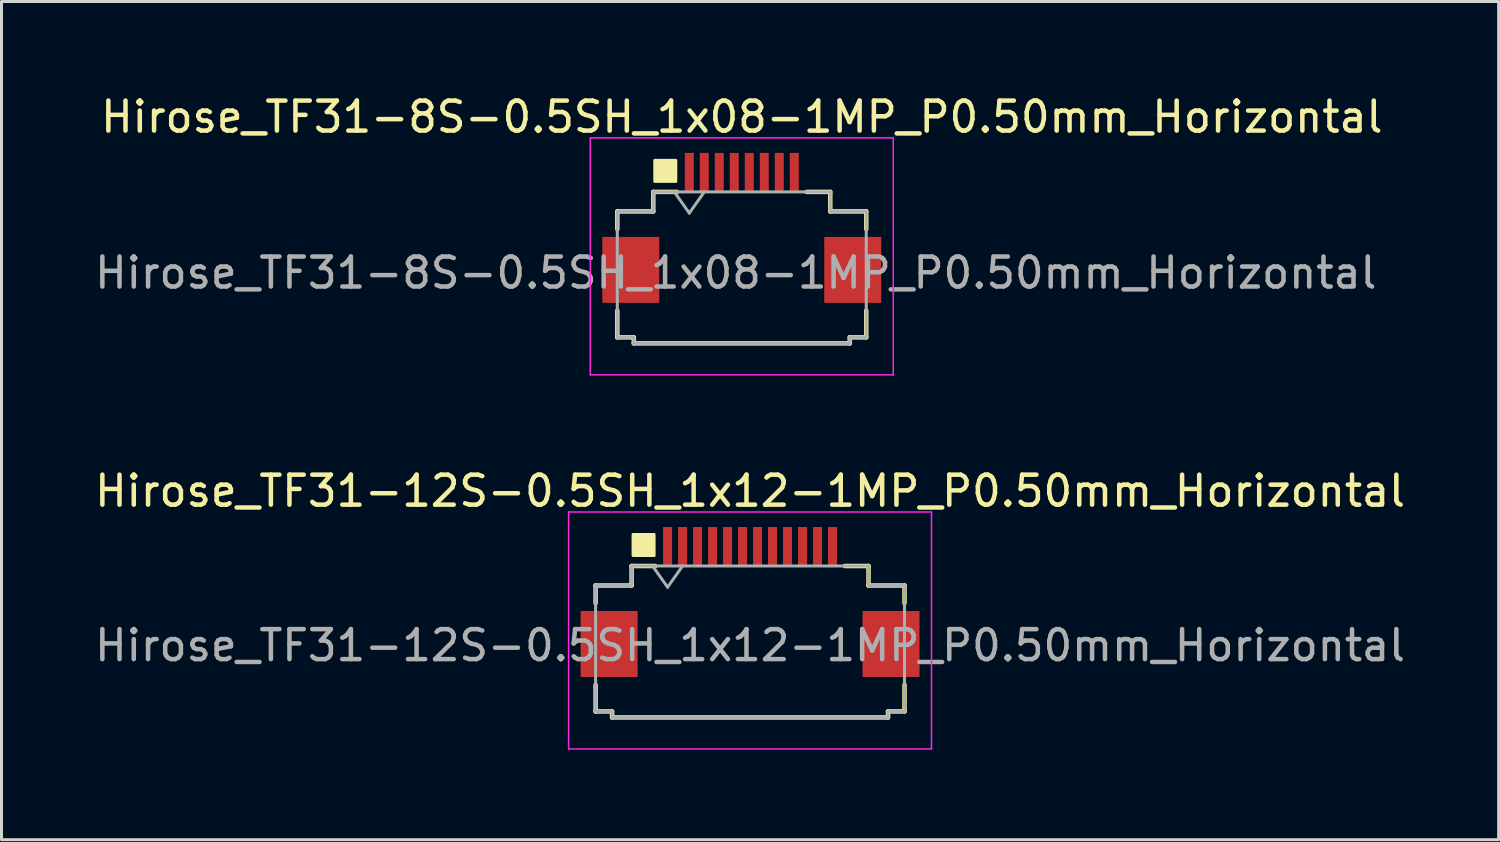
<source format=kicad_pcb>
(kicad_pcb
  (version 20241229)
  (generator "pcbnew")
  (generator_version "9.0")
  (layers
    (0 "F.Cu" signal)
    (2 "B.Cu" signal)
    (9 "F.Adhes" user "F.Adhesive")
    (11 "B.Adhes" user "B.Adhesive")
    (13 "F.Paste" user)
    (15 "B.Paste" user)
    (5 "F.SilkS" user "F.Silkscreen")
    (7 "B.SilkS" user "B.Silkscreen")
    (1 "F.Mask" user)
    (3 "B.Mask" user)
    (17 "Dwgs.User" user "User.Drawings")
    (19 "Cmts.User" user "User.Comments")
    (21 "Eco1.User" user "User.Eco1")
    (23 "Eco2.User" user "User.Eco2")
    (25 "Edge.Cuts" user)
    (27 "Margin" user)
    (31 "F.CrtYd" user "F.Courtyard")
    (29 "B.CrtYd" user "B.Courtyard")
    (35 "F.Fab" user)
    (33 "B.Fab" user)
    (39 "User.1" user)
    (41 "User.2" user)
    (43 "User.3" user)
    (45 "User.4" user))
  (footprint "Hirose_TF31-8S-0.5SH_1x08-1MP_P0.50mm_Horizontal"
    (layer "F.Cu")
    (at 21.682 4.548)
    (property "Reference" "Hirose_TF31-8S-0.5SH_1x08-1MP_P0.50mm_Horizontal" (at 0 -3.7 0) (layer "F.SilkS") (effects (font (size 1 1) (thickness 0.15))))
    (attr smd)
    (fp_line (start -4.15 -0.55) (end -4.15 0.04) (stroke (width 0.15) (type solid)) (layer "F.SilkS"))
    (fp_line (start -4.15 2.76) (end -4.15 3.65) (stroke (width 0.15) (type solid)) (layer "F.SilkS"))
    (fp_line (start -4.15 3.65) (end -3.6 3.65) (stroke (width 0.15) (type solid)) (layer "F.SilkS"))
    (fp_line (start -3.6 3.65) (end -3.6 3.85) (stroke (width 0.15) (type solid)) (layer "F.SilkS"))
    (fp_line (start -3.6 3.85) (end 3.6 3.85) (stroke (width 0.15) (type solid)) (layer "F.SilkS"))
    (fp_line (start -2.95 -1.2) (end -2.95 -0.55) (stroke (width 0.15) (type default)) (layer "F.SilkS"))
    (fp_line (start -2.95 -0.55) (end -4.15 -0.55) (stroke (width 0.15) (type default)) (layer "F.SilkS"))
    (fp_line (start -2.16 -1.2) (end -2.95 -1.2) (stroke (width 0.15) (type solid)) (layer "F.SilkS"))
    (fp_line (start 2.16 -1.2) (end 2.95 -1.2) (stroke (width 0.15) (type solid)) (layer "F.SilkS"))
    (fp_line (start 2.95 -1.2) (end 2.95 -0.55) (stroke (width 0.15) (type default)) (layer "F.SilkS"))
    (fp_line (start 2.95 -0.55) (end 4.15 -0.55) (stroke (width 0.15) (type default)) (layer "F.SilkS"))
    (fp_line (start 3.6 3.65) (end 3.6 3.85) (stroke (width 0.15) (type solid)) (layer "F.SilkS"))
    (fp_line (start 4.15 -0.55) (end 4.15 0.04) (stroke (width 0.15) (type solid)) (layer "F.SilkS"))
    (fp_line (start 4.15 2.76) (end 4.15 3.65) (stroke (width 0.15) (type solid)) (layer "F.SilkS"))
    (fp_line (start 4.15 3.65) (end 3.6 3.65) (stroke (width 0.15) (type solid)) (layer "F.SilkS"))
    (fp_rect (start -2.9 -2.25) (end -2.2 -1.55) (stroke (width 0.1) (type solid)) (fill yes) (layer "F.SilkS"))
    (fp_line (start -5.05 -3) (end -5.05 4.9) (stroke (width 0.05) (type solid)) (layer "F.CrtYd"))
    (fp_line (start -5.05 4.9) (end 5.05 4.9) (stroke (width 0.05) (type solid)) (layer "F.CrtYd"))
    (fp_line (start 5.05 -3) (end -5.05 -3) (stroke (width 0.05) (type solid)) (layer "F.CrtYd"))
    (fp_line (start 5.05 4.9) (end 5.05 -3) (stroke (width 0.05) (type solid)) (layer "F.CrtYd"))
    (fp_line (start -4.15 -0.55) (end -2.95 -0.55) (stroke (width 0.1) (type default)) (layer "F.Fab"))
    (fp_line (start -4.15 3.65) (end -4.15 -0.55) (stroke (width 0.1) (type default)) (layer "F.Fab"))
    (fp_line (start -3.6 3.65) (end -4.15 3.65) (stroke (width 0.1) (type default)) (layer "F.Fab"))
    (fp_line (start -3.6 3.85) (end -3.6 3.65) (stroke (width 0.1) (type default)) (layer "F.Fab"))
    (fp_line (start -2.95 -1.2) (end 2.95 -1.2) (stroke (width 0.1) (type default)) (layer "F.Fab"))
    (fp_line (start -2.95 -0.55) (end -2.95 -1.2) (stroke (width 0.1) (type default)) (layer "F.Fab"))
    (fp_line (start -2.25 -1.2) (end -1.75 -0.493) (stroke (width 0.1) (type solid)) (layer "F.Fab"))
    (fp_line (start -1.75 -0.493) (end -1.25 -1.2) (stroke (width 0.1) (type solid)) (layer "F.Fab"))
    (fp_line (start 2.95 -1.2) (end 2.95 -0.55) (stroke (width 0.1) (type default)) (layer "F.Fab"))
    (fp_line (start 2.95 -0.55) (end 4.15 -0.55) (stroke (width 0.1) (type default)) (layer "F.Fab"))
    (fp_line (start 3.6 3.65) (end 3.6 3.85) (stroke (width 0.1) (type default)) (layer "F.Fab"))
    (fp_line (start 3.6 3.85) (end -3.6 3.85) (stroke (width 0.1) (type default)) (layer "F.Fab"))
    (fp_line (start 4.15 -0.55) (end 4.15 3.65) (stroke (width 0.1) (type default)) (layer "F.Fab"))
    (fp_line (start 4.15 3.65) (end 3.6 3.65) (stroke (width 0.1) (type default)) (layer "F.Fab"))
    (fp_text user "${REFERENCE}" (at -0.2 1.5 0) (layer "F.Fab") (effects (font (size 1 1) (thickness 0.15))))
    (pad "1" smd rect (at -1.75 -1.85) (size 0.3 1.3) (layers "F.Cu" "F.Mask" "F.Paste"))
    (pad "2" smd rect (at -1.25 -1.85) (size 0.3 1.3) (layers "F.Cu" "F.Mask" "F.Paste"))
    (pad "3" smd rect (at -0.75 -1.85) (size 0.3 1.3) (layers "F.Cu" "F.Mask" "F.Paste"))
    (pad "4" smd rect (at -0.25 -1.85) (size 0.3 1.3) (layers "F.Cu" "F.Mask" "F.Paste"))
    (pad "5" smd rect (at 0.25 -1.85) (size 0.3 1.3) (layers "F.Cu" "F.Mask" "F.Paste"))
    (pad "6" smd rect (at 0.75 -1.85) (size 0.3 1.3) (layers "F.Cu" "F.Mask" "F.Paste"))
    (pad "7" smd rect (at 1.25 -1.85) (size 0.3 1.3) (layers "F.Cu" "F.Mask" "F.Paste"))
    (pad "8" smd rect (at 1.75 -1.85) (size 0.3 1.3) (layers "F.Cu" "F.Mask" "F.Paste"))
    (pad "MP" smd rect (at -3.7 1.4) (size 1.9 2.2) (layers "F.Cu" "F.Mask" "F.Paste"))
    (pad "MP" smd rect (at 3.7 1.4) (size 1.9 2.2) (layers "F.Cu" "F.Mask" "F.Paste")))
  (footprint "Hirose_TF31-12S-0.5SH_1x12-1MP_P0.50mm_Horizontal"
    (layer "F.Cu")
    (at 21.958 17.021)
    (property "Reference" "Hirose_TF31-12S-0.5SH_1x12-1MP_P0.50mm_Horizontal" (at 0 -3.7 0) (layer "F.SilkS") (effects (font (size 1 1) (thickness 0.15))))
    (attr smd)
    (fp_line (start -5.15 -0.55) (end -5.15 0.04) (stroke (width 0.15) (type solid)) (layer "F.SilkS"))
    (fp_line (start -5.15 2.76) (end -5.15 3.65) (stroke (width 0.15) (type solid)) (layer "F.SilkS"))
    (fp_line (start -5.15 3.65) (end -4.6 3.65) (stroke (width 0.15) (type solid)) (layer "F.SilkS"))
    (fp_line (start -4.6 3.65) (end -4.6 3.85) (stroke (width 0.15) (type solid)) (layer "F.SilkS"))
    (fp_line (start -4.6 3.85) (end 4.6 3.85) (stroke (width 0.15) (type solid)) (layer "F.SilkS"))
    (fp_line (start -3.95 -1.2) (end -3.95 -0.55) (stroke (width 0.15) (type default)) (layer "F.SilkS"))
    (fp_line (start -3.95 -0.55) (end -5.15 -0.55) (stroke (width 0.15) (type default)) (layer "F.SilkS"))
    (fp_line (start -3.16 -1.2) (end -3.95 -1.2) (stroke (width 0.15) (type solid)) (layer "F.SilkS"))
    (fp_line (start 3.16 -1.2) (end 3.95 -1.2) (stroke (width 0.15) (type solid)) (layer "F.SilkS"))
    (fp_line (start 3.95 -1.2) (end 3.95 -0.55) (stroke (width 0.15) (type default)) (layer "F.SilkS"))
    (fp_line (start 3.95 -0.55) (end 5.15 -0.55) (stroke (width 0.15) (type default)) (layer "F.SilkS"))
    (fp_line (start 4.6 3.65) (end 4.6 3.85) (stroke (width 0.15) (type solid)) (layer "F.SilkS"))
    (fp_line (start 5.15 -0.55) (end 5.15 0.04) (stroke (width 0.15) (type solid)) (layer "F.SilkS"))
    (fp_line (start 5.15 2.76) (end 5.15 3.65) (stroke (width 0.15) (type solid)) (layer "F.SilkS"))
    (fp_line (start 5.15 3.65) (end 4.6 3.65) (stroke (width 0.15) (type solid)) (layer "F.SilkS"))
    (fp_rect (start -3.9 -2.25) (end -3.2 -1.55) (stroke (width 0.1) (type solid)) (fill yes) (layer "F.SilkS"))
    (fp_line (start -6.05 -3) (end -6.05 4.9) (stroke (width 0.05) (type solid)) (layer "F.CrtYd"))
    (fp_line (start -6.05 4.9) (end 6.05 4.9) (stroke (width 0.05) (type solid)) (layer "F.CrtYd"))
    (fp_line (start 6.05 -3) (end -6.05 -3) (stroke (width 0.05) (type solid)) (layer "F.CrtYd"))
    (fp_line (start 6.05 4.9) (end 6.05 -3) (stroke (width 0.05) (type solid)) (layer "F.CrtYd"))
    (fp_line (start -5.15 -0.55) (end -3.95 -0.55) (stroke (width 0.1) (type default)) (layer "F.Fab"))
    (fp_line (start -5.15 3.65) (end -5.15 -0.55) (stroke (width 0.1) (type default)) (layer "F.Fab"))
    (fp_line (start -4.6 3.65) (end -5.15 3.65) (stroke (width 0.1) (type default)) (layer "F.Fab"))
    (fp_line (start -4.6 3.85) (end -4.6 3.65) (stroke (width 0.1) (type default)) (layer "F.Fab"))
    (fp_line (start -3.95 -1.2) (end 3.95 -1.2) (stroke (width 0.1) (type default)) (layer "F.Fab"))
    (fp_line (start -3.95 -0.55) (end -3.95 -1.2) (stroke (width 0.1) (type default)) (layer "F.Fab"))
    (fp_line (start -3.25 -1.2) (end -2.75 -0.493) (stroke (width 0.1) (type solid)) (layer "F.Fab"))
    (fp_line (start -2.75 -0.493) (end -2.25 -1.2) (stroke (width 0.1) (type solid)) (layer "F.Fab"))
    (fp_line (start 3.95 -1.2) (end 3.95 -0.55) (stroke (width 0.1) (type default)) (layer "F.Fab"))
    (fp_line (start 3.95 -0.55) (end 5.15 -0.55) (stroke (width 0.1) (type default)) (layer "F.Fab"))
    (fp_line (start 4.6 3.65) (end 4.6 3.85) (stroke (width 0.1) (type default)) (layer "F.Fab"))
    (fp_line (start 4.6 3.85) (end -4.6 3.85) (stroke (width 0.1) (type default)) (layer "F.Fab"))
    (fp_line (start 5.15 -0.55) (end 5.15 3.65) (stroke (width 0.1) (type default)) (layer "F.Fab"))
    (fp_line (start 5.15 3.65) (end 4.6 3.65) (stroke (width 0.1) (type default)) (layer "F.Fab"))
    (fp_text user "${REFERENCE}" (at 0 1.45 0) (layer "F.Fab") (effects (font (size 1 1) (thickness 0.15))))
    (pad "1" smd rect (at -2.75 -1.85) (size 0.3 1.3) (layers "F.Cu" "F.Mask" "F.Paste"))
    (pad "2" smd rect (at -2.25 -1.85) (size 0.3 1.3) (layers "F.Cu" "F.Mask" "F.Paste"))
    (pad "3" smd rect (at -1.75 -1.85) (size 0.3 1.3) (layers "F.Cu" "F.Mask" "F.Paste"))
    (pad "4" smd rect (at -1.25 -1.85) (size 0.3 1.3) (layers "F.Cu" "F.Mask" "F.Paste"))
    (pad "5" smd rect (at -0.75 -1.85) (size 0.3 1.3) (layers "F.Cu" "F.Mask" "F.Paste"))
    (pad "6" smd rect (at -0.25 -1.85) (size 0.3 1.3) (layers "F.Cu" "F.Mask" "F.Paste"))
    (pad "7" smd rect (at 0.25 -1.85) (size 0.3 1.3) (layers "F.Cu" "F.Mask" "F.Paste"))
    (pad "8" smd rect (at 0.75 -1.85) (size 0.3 1.3) (layers "F.Cu" "F.Mask" "F.Paste"))
    (pad "9" smd rect (at 1.25 -1.85) (size 0.3 1.3) (layers "F.Cu" "F.Mask" "F.Paste"))
    (pad "10" smd rect (at 1.75 -1.85) (size 0.3 1.3) (layers "F.Cu" "F.Mask" "F.Paste"))
    (pad "11" smd rect (at 2.25 -1.85) (size 0.3 1.3) (layers "F.Cu" "F.Mask" "F.Paste"))
    (pad "12" smd rect (at 2.75 -1.85) (size 0.3 1.3) (layers "F.Cu" "F.Mask" "F.Paste"))
    (pad "MP" smd rect (at -4.7 1.4) (size 1.9 2.2) (layers "F.Cu" "F.Mask" "F.Paste"))
    (pad "MP" smd rect (at 4.7 1.4) (size 1.9 2.2) (layers "F.Cu" "F.Mask" "F.Paste")))
  (gr_rect
    (start -3 -3)
    (end 46.917 24.947)
    (stroke (width 0.1) (type default))
    (fill no)
    (layer "Edge.Cuts")))
</source>
